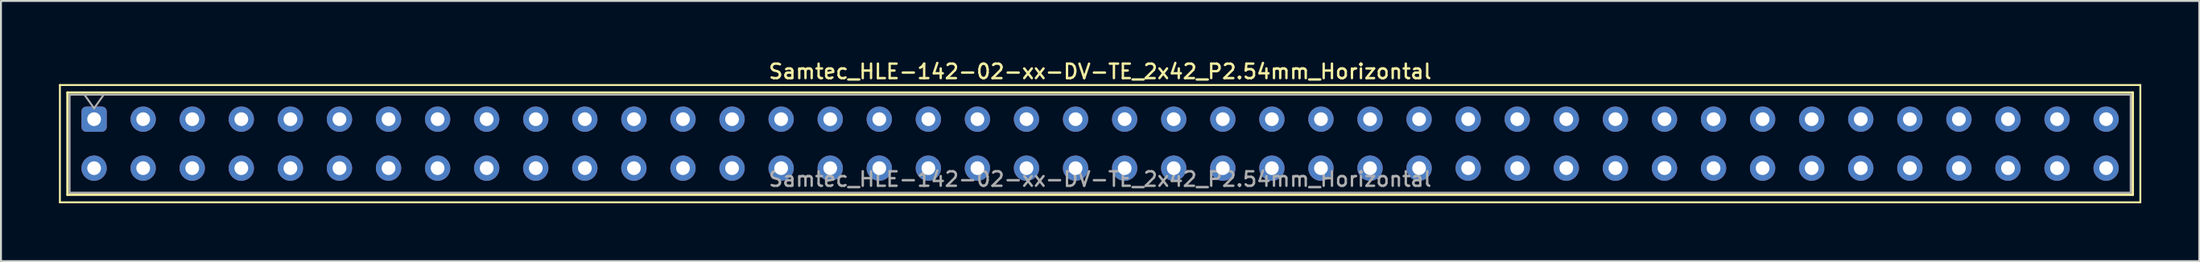
<source format=kicad_pcb>
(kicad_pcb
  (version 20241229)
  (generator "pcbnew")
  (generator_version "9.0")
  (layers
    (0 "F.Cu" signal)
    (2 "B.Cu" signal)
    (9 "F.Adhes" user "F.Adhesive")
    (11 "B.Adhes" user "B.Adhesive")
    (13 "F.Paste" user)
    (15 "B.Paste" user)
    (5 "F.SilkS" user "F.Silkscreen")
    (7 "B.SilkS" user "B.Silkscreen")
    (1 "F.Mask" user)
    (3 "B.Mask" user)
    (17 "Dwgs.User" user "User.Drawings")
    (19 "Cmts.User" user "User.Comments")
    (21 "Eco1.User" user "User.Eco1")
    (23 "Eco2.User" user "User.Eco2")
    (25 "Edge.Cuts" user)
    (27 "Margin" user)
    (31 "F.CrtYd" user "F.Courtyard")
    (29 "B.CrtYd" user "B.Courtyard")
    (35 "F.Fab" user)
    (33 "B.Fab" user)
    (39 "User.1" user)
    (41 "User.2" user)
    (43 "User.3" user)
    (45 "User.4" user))
  (footprint "Samtec_HLE-142-02-xx-DV-TE_2x42_P2.54mm_Horizontal"
    (layer "F.Cu")
    (at 1.82 3.128)
    (property "Reference" "Samtec_HLE-142-02-xx-DV-TE_2x42_P2.54mm_Horizontal" (at 52.07 -2.47 0) (layer "F.SilkS") (effects (font (size 0.75 0.75) (thickness 0.125))))
    (attr through_hole)
    (fp_line (start -1.77 -1.77) (end 105.91 -1.77) (stroke (width 0.1) (type solid)) (layer "F.SilkS"))
    (fp_line (start -1.77 4.31) (end -1.77 -1.77) (stroke (width 0.1) (type solid)) (layer "F.SilkS"))
    (fp_line (start -1.38 -1.38) (end 105.52 -1.38) (stroke (width 0.12) (type solid)) (layer "F.SilkS"))
    (fp_line (start -1.38 3.92) (end -1.38 -1.38) (stroke (width 0.12) (type solid)) (layer "F.SilkS"))
    (fp_line (start 105.52 -1.38) (end 105.52 3.92) (stroke (width 0.12) (type solid)) (layer "F.SilkS"))
    (fp_line (start 105.52 3.92) (end -1.38 3.92) (stroke (width 0.12) (type solid)) (layer "F.SilkS"))
    (fp_line (start 105.91 -1.77) (end 105.91 4.31) (stroke (width 0.1) (type solid)) (layer "F.SilkS"))
    (fp_line (start 105.91 4.31) (end -1.77 4.31) (stroke (width 0.1) (type solid)) (layer "F.SilkS"))
    (fp_line (start -1.27 -1.27) (end 105.41 -1.27) (stroke (width 0.1) (type solid)) (layer "F.Fab"))
    (fp_line (start -1.27 3.81) (end -1.27 -1.27) (stroke (width 0.1) (type solid)) (layer "F.Fab"))
    (fp_line (start -0.5 -1.27) (end 0 -0.563) (stroke (width 0.1) (type solid)) (layer "F.Fab"))
    (fp_line (start 0 -0.563) (end 0.5 -1.27) (stroke (width 0.1) (type solid)) (layer "F.Fab"))
    (fp_line (start 105.41 -1.27) (end 105.41 3.81) (stroke (width 0.1) (type solid)) (layer "F.Fab"))
    (fp_line (start 105.41 3.81) (end -1.27 3.81) (stroke (width 0.1) (type solid)) (layer "F.Fab"))
    (fp_text user "${REFERENCE}" (at 52.07 3.11 0) (layer "F.Fab") (effects (font (size 0.75 0.75) (thickness 0.125))))
    (pad "1" thru_hole roundrect (at 0 0) (size 1.31 1.31) (drill 0.71) (layers "*.Cu" "*.Mask") (roundrect_rratio 0.191))
    (pad "2" thru_hole circle (at 0 2.54) (size 1.31 1.31) (drill 0.71) (layers "*.Cu" "*.Mask"))
    (pad "3" thru_hole circle (at 2.54 0) (size 1.31 1.31) (drill 0.71) (layers "*.Cu" "*.Mask"))
    (pad "4" thru_hole circle (at 2.54 2.54) (size 1.31 1.31) (drill 0.71) (layers "*.Cu" "*.Mask"))
    (pad "5" thru_hole circle (at 5.08 0) (size 1.31 1.31) (drill 0.71) (layers "*.Cu" "*.Mask"))
    (pad "6" thru_hole circle (at 5.08 2.54) (size 1.31 1.31) (drill 0.71) (layers "*.Cu" "*.Mask"))
    (pad "7" thru_hole circle (at 7.62 0) (size 1.31 1.31) (drill 0.71) (layers "*.Cu" "*.Mask"))
    (pad "8" thru_hole circle (at 7.62 2.54) (size 1.31 1.31) (drill 0.71) (layers "*.Cu" "*.Mask"))
    (pad "9" thru_hole circle (at 10.16 0) (size 1.31 1.31) (drill 0.71) (layers "*.Cu" "*.Mask"))
    (pad "10" thru_hole circle (at 10.16 2.54) (size 1.31 1.31) (drill 0.71) (layers "*.Cu" "*.Mask"))
    (pad "11" thru_hole circle (at 12.7 0) (size 1.31 1.31) (drill 0.71) (layers "*.Cu" "*.Mask"))
    (pad "12" thru_hole circle (at 12.7 2.54) (size 1.31 1.31) (drill 0.71) (layers "*.Cu" "*.Mask"))
    (pad "13" thru_hole circle (at 15.24 0) (size 1.31 1.31) (drill 0.71) (layers "*.Cu" "*.Mask"))
    (pad "14" thru_hole circle (at 15.24 2.54) (size 1.31 1.31) (drill 0.71) (layers "*.Cu" "*.Mask"))
    (pad "15" thru_hole circle (at 17.78 0) (size 1.31 1.31) (drill 0.71) (layers "*.Cu" "*.Mask"))
    (pad "16" thru_hole circle (at 17.78 2.54) (size 1.31 1.31) (drill 0.71) (layers "*.Cu" "*.Mask"))
    (pad "17" thru_hole circle (at 20.32 0) (size 1.31 1.31) (drill 0.71) (layers "*.Cu" "*.Mask"))
    (pad "18" thru_hole circle (at 20.32 2.54) (size 1.31 1.31) (drill 0.71) (layers "*.Cu" "*.Mask"))
    (pad "19" thru_hole circle (at 22.86 0) (size 1.31 1.31) (drill 0.71) (layers "*.Cu" "*.Mask"))
    (pad "20" thru_hole circle (at 22.86 2.54) (size 1.31 1.31) (drill 0.71) (layers "*.Cu" "*.Mask"))
    (pad "21" thru_hole circle (at 25.4 0) (size 1.31 1.31) (drill 0.71) (layers "*.Cu" "*.Mask"))
    (pad "22" thru_hole circle (at 25.4 2.54) (size 1.31 1.31) (drill 0.71) (layers "*.Cu" "*.Mask"))
    (pad "23" thru_hole circle (at 27.94 0) (size 1.31 1.31) (drill 0.71) (layers "*.Cu" "*.Mask"))
    (pad "24" thru_hole circle (at 27.94 2.54) (size 1.31 1.31) (drill 0.71) (layers "*.Cu" "*.Mask"))
    (pad "25" thru_hole circle (at 30.48 0) (size 1.31 1.31) (drill 0.71) (layers "*.Cu" "*.Mask"))
    (pad "26" thru_hole circle (at 30.48 2.54) (size 1.31 1.31) (drill 0.71) (layers "*.Cu" "*.Mask"))
    (pad "27" thru_hole circle (at 33.02 0) (size 1.31 1.31) (drill 0.71) (layers "*.Cu" "*.Mask"))
    (pad "28" thru_hole circle (at 33.02 2.54) (size 1.31 1.31) (drill 0.71) (layers "*.Cu" "*.Mask"))
    (pad "29" thru_hole circle (at 35.56 0) (size 1.31 1.31) (drill 0.71) (layers "*.Cu" "*.Mask"))
    (pad "30" thru_hole circle (at 35.56 2.54) (size 1.31 1.31) (drill 0.71) (layers "*.Cu" "*.Mask"))
    (pad "31" thru_hole circle (at 38.1 0) (size 1.31 1.31) (drill 0.71) (layers "*.Cu" "*.Mask"))
    (pad "32" thru_hole circle (at 38.1 2.54) (size 1.31 1.31) (drill 0.71) (layers "*.Cu" "*.Mask"))
    (pad "33" thru_hole circle (at 40.64 0) (size 1.31 1.31) (drill 0.71) (layers "*.Cu" "*.Mask"))
    (pad "34" thru_hole circle (at 40.64 2.54) (size 1.31 1.31) (drill 0.71) (layers "*.Cu" "*.Mask"))
    (pad "35" thru_hole circle (at 43.18 0) (size 1.31 1.31) (drill 0.71) (layers "*.Cu" "*.Mask"))
    (pad "36" thru_hole circle (at 43.18 2.54) (size 1.31 1.31) (drill 0.71) (layers "*.Cu" "*.Mask"))
    (pad "37" thru_hole circle (at 45.72 0) (size 1.31 1.31) (drill 0.71) (layers "*.Cu" "*.Mask"))
    (pad "38" thru_hole circle (at 45.72 2.54) (size 1.31 1.31) (drill 0.71) (layers "*.Cu" "*.Mask"))
    (pad "39" thru_hole circle (at 48.26 0) (size 1.31 1.31) (drill 0.71) (layers "*.Cu" "*.Mask"))
    (pad "40" thru_hole circle (at 48.26 2.54) (size 1.31 1.31) (drill 0.71) (layers "*.Cu" "*.Mask"))
    (pad "41" thru_hole circle (at 50.8 0) (size 1.31 1.31) (drill 0.71) (layers "*.Cu" "*.Mask"))
    (pad "42" thru_hole circle (at 50.8 2.54) (size 1.31 1.31) (drill 0.71) (layers "*.Cu" "*.Mask"))
    (pad "43" thru_hole circle (at 53.34 0) (size 1.31 1.31) (drill 0.71) (layers "*.Cu" "*.Mask"))
    (pad "44" thru_hole circle (at 53.34 2.54) (size 1.31 1.31) (drill 0.71) (layers "*.Cu" "*.Mask"))
    (pad "45" thru_hole circle (at 55.88 0) (size 1.31 1.31) (drill 0.71) (layers "*.Cu" "*.Mask"))
    (pad "46" thru_hole circle (at 55.88 2.54) (size 1.31 1.31) (drill 0.71) (layers "*.Cu" "*.Mask"))
    (pad "47" thru_hole circle (at 58.42 0) (size 1.31 1.31) (drill 0.71) (layers "*.Cu" "*.Mask"))
    (pad "48" thru_hole circle (at 58.42 2.54) (size 1.31 1.31) (drill 0.71) (layers "*.Cu" "*.Mask"))
    (pad "49" thru_hole circle (at 60.96 0) (size 1.31 1.31) (drill 0.71) (layers "*.Cu" "*.Mask"))
    (pad "50" thru_hole circle (at 60.96 2.54) (size 1.31 1.31) (drill 0.71) (layers "*.Cu" "*.Mask"))
    (pad "51" thru_hole circle (at 63.5 0) (size 1.31 1.31) (drill 0.71) (layers "*.Cu" "*.Mask"))
    (pad "52" thru_hole circle (at 63.5 2.54) (size 1.31 1.31) (drill 0.71) (layers "*.Cu" "*.Mask"))
    (pad "53" thru_hole circle (at 66.04 0) (size 1.31 1.31) (drill 0.71) (layers "*.Cu" "*.Mask"))
    (pad "54" thru_hole circle (at 66.04 2.54) (size 1.31 1.31) (drill 0.71) (layers "*.Cu" "*.Mask"))
    (pad "55" thru_hole circle (at 68.58 0) (size 1.31 1.31) (drill 0.71) (layers "*.Cu" "*.Mask"))
    (pad "56" thru_hole circle (at 68.58 2.54) (size 1.31 1.31) (drill 0.71) (layers "*.Cu" "*.Mask"))
    (pad "57" thru_hole circle (at 71.12 0) (size 1.31 1.31) (drill 0.71) (layers "*.Cu" "*.Mask"))
    (pad "58" thru_hole circle (at 71.12 2.54) (size 1.31 1.31) (drill 0.71) (layers "*.Cu" "*.Mask"))
    (pad "59" thru_hole circle (at 73.66 0) (size 1.31 1.31) (drill 0.71) (layers "*.Cu" "*.Mask"))
    (pad "60" thru_hole circle (at 73.66 2.54) (size 1.31 1.31) (drill 0.71) (layers "*.Cu" "*.Mask"))
    (pad "61" thru_hole circle (at 76.2 0) (size 1.31 1.31) (drill 0.71) (layers "*.Cu" "*.Mask"))
    (pad "62" thru_hole circle (at 76.2 2.54) (size 1.31 1.31) (drill 0.71) (layers "*.Cu" "*.Mask"))
    (pad "63" thru_hole circle (at 78.74 0) (size 1.31 1.31) (drill 0.71) (layers "*.Cu" "*.Mask"))
    (pad "64" thru_hole circle (at 78.74 2.54) (size 1.31 1.31) (drill 0.71) (layers "*.Cu" "*.Mask"))
    (pad "65" thru_hole circle (at 81.28 0) (size 1.31 1.31) (drill 0.71) (layers "*.Cu" "*.Mask"))
    (pad "66" thru_hole circle (at 81.28 2.54) (size 1.31 1.31) (drill 0.71) (layers "*.Cu" "*.Mask"))
    (pad "67" thru_hole circle (at 83.82 0) (size 1.31 1.31) (drill 0.71) (layers "*.Cu" "*.Mask"))
    (pad "68" thru_hole circle (at 83.82 2.54) (size 1.31 1.31) (drill 0.71) (layers "*.Cu" "*.Mask"))
    (pad "69" thru_hole circle (at 86.36 0) (size 1.31 1.31) (drill 0.71) (layers "*.Cu" "*.Mask"))
    (pad "70" thru_hole circle (at 86.36 2.54) (size 1.31 1.31) (drill 0.71) (layers "*.Cu" "*.Mask"))
    (pad "71" thru_hole circle (at 88.9 0) (size 1.31 1.31) (drill 0.71) (layers "*.Cu" "*.Mask"))
    (pad "72" thru_hole circle (at 88.9 2.54) (size 1.31 1.31) (drill 0.71) (layers "*.Cu" "*.Mask"))
    (pad "73" thru_hole circle (at 91.44 0) (size 1.31 1.31) (drill 0.71) (layers "*.Cu" "*.Mask"))
    (pad "74" thru_hole circle (at 91.44 2.54) (size 1.31 1.31) (drill 0.71) (layers "*.Cu" "*.Mask"))
    (pad "75" thru_hole circle (at 93.98 0) (size 1.31 1.31) (drill 0.71) (layers "*.Cu" "*.Mask"))
    (pad "76" thru_hole circle (at 93.98 2.54) (size 1.31 1.31) (drill 0.71) (layers "*.Cu" "*.Mask"))
    (pad "77" thru_hole circle (at 96.52 0) (size 1.31 1.31) (drill 0.71) (layers "*.Cu" "*.Mask"))
    (pad "78" thru_hole circle (at 96.52 2.54) (size 1.31 1.31) (drill 0.71) (layers "*.Cu" "*.Mask"))
    (pad "79" thru_hole circle (at 99.06 0) (size 1.31 1.31) (drill 0.71) (layers "*.Cu" "*.Mask"))
    (pad "80" thru_hole circle (at 99.06 2.54) (size 1.31 1.31) (drill 0.71) (layers "*.Cu" "*.Mask"))
    (pad "81" thru_hole circle (at 101.6 0) (size 1.31 1.31) (drill 0.71) (layers "*.Cu" "*.Mask"))
    (pad "82" thru_hole circle (at 101.6 2.54) (size 1.31 1.31) (drill 0.71) (layers "*.Cu" "*.Mask"))
    (pad "83" thru_hole circle (at 104.14 0) (size 1.31 1.31) (drill 0.71) (layers "*.Cu" "*.Mask"))
    (pad "84" thru_hole circle (at 104.14 2.54) (size 1.31 1.31) (drill 0.71) (layers "*.Cu" "*.Mask")))
  (gr_rect
    (start -3 -3)
    (end 110.78 10.488)
    (stroke (width 0.1) (type default))
    (fill no)
    (layer "Edge.Cuts")))
</source>
